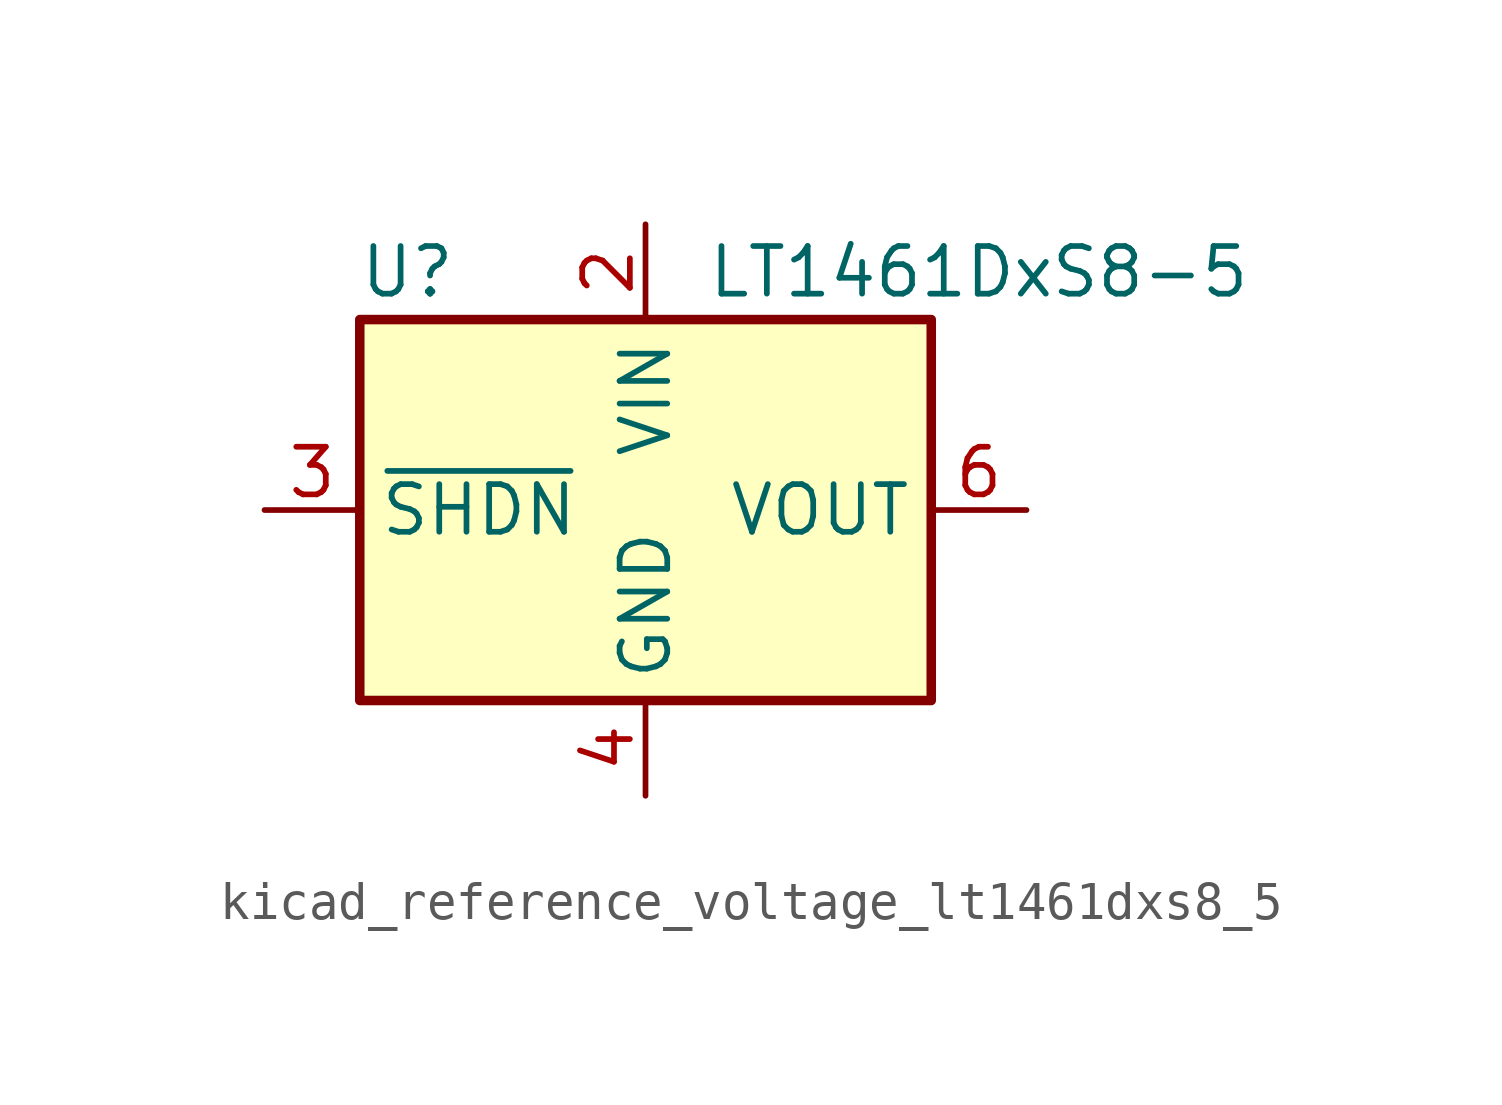
<source format=kicad_sym>
(kicad_symbol_lib
  (version 20220914)
  (generator kicad_symbol_editor)
  (symbol "kicad_reference_voltage_lt1461dxs8_5"
    (property "Reference" "U"
      (at -6.35 6.35 0)
      (effects (font (size 1.27 1.27))))
    (property "Value" "LT1461DxS8-5"
      (at 8.89 6.35 0)
      (effects (font (size 1.27 1.27))))
    (symbol "kicad_reference_voltage_lt1461dxs8_5_1_1"
      (rectangle (start -7.62 5.08) (end 7.62 -5.08) (stroke (width 0.254) (type default)) (fill (type background)))
      (pin no_connect line (at 7.62 -2.54 180) (length 2.54) hide (name "DNC" (effects (font (size 1.27 1.27)))) (number "1" (effects (font (size 1.27 1.27)))))
      (pin power_in line (at 0 7.62 270) (length 2.54) (name "VIN" (effects (font (size 1.27 1.27)))) (number "2" (effects (font (size 1.27 1.27)))))
      (pin input line (at -10.16 0 0) (length 2.54) (name "~{SHDN}" (effects (font (size 1.27 1.27)))) (number "3" (effects (font (size 1.27 1.27)))))
      (pin power_in line (at 0 -7.62 90) (length 2.54) (name "GND" (effects (font (size 1.27 1.27)))) (number "4" (effects (font (size 1.27 1.27)))))
      (pin no_connect line (at -7.62 -2.54 0) (length 2.54) hide (name "DNC" (effects (font (size 1.27 1.27)))) (number "5" (effects (font (size 1.27 1.27)))))
      (pin power_out line (at 10.16 0 180) (length 2.54) (name "VOUT" (effects (font (size 1.27 1.27)))) (number "6" (effects (font (size 1.27 1.27)))))
      (pin no_connect line (at -7.62 2.54 0) (length 2.54) hide (name "DNC" (effects (font (size 1.27 1.27)))) (number "7" (effects (font (size 1.27 1.27)))))
      (pin no_connect line (at 7.62 2.54 180) (length 2.54) hide (name "DNC" (effects (font (size 1.27 1.27)))) (number "8" (effects (font (size 1.27 1.27))))))))
</source>
